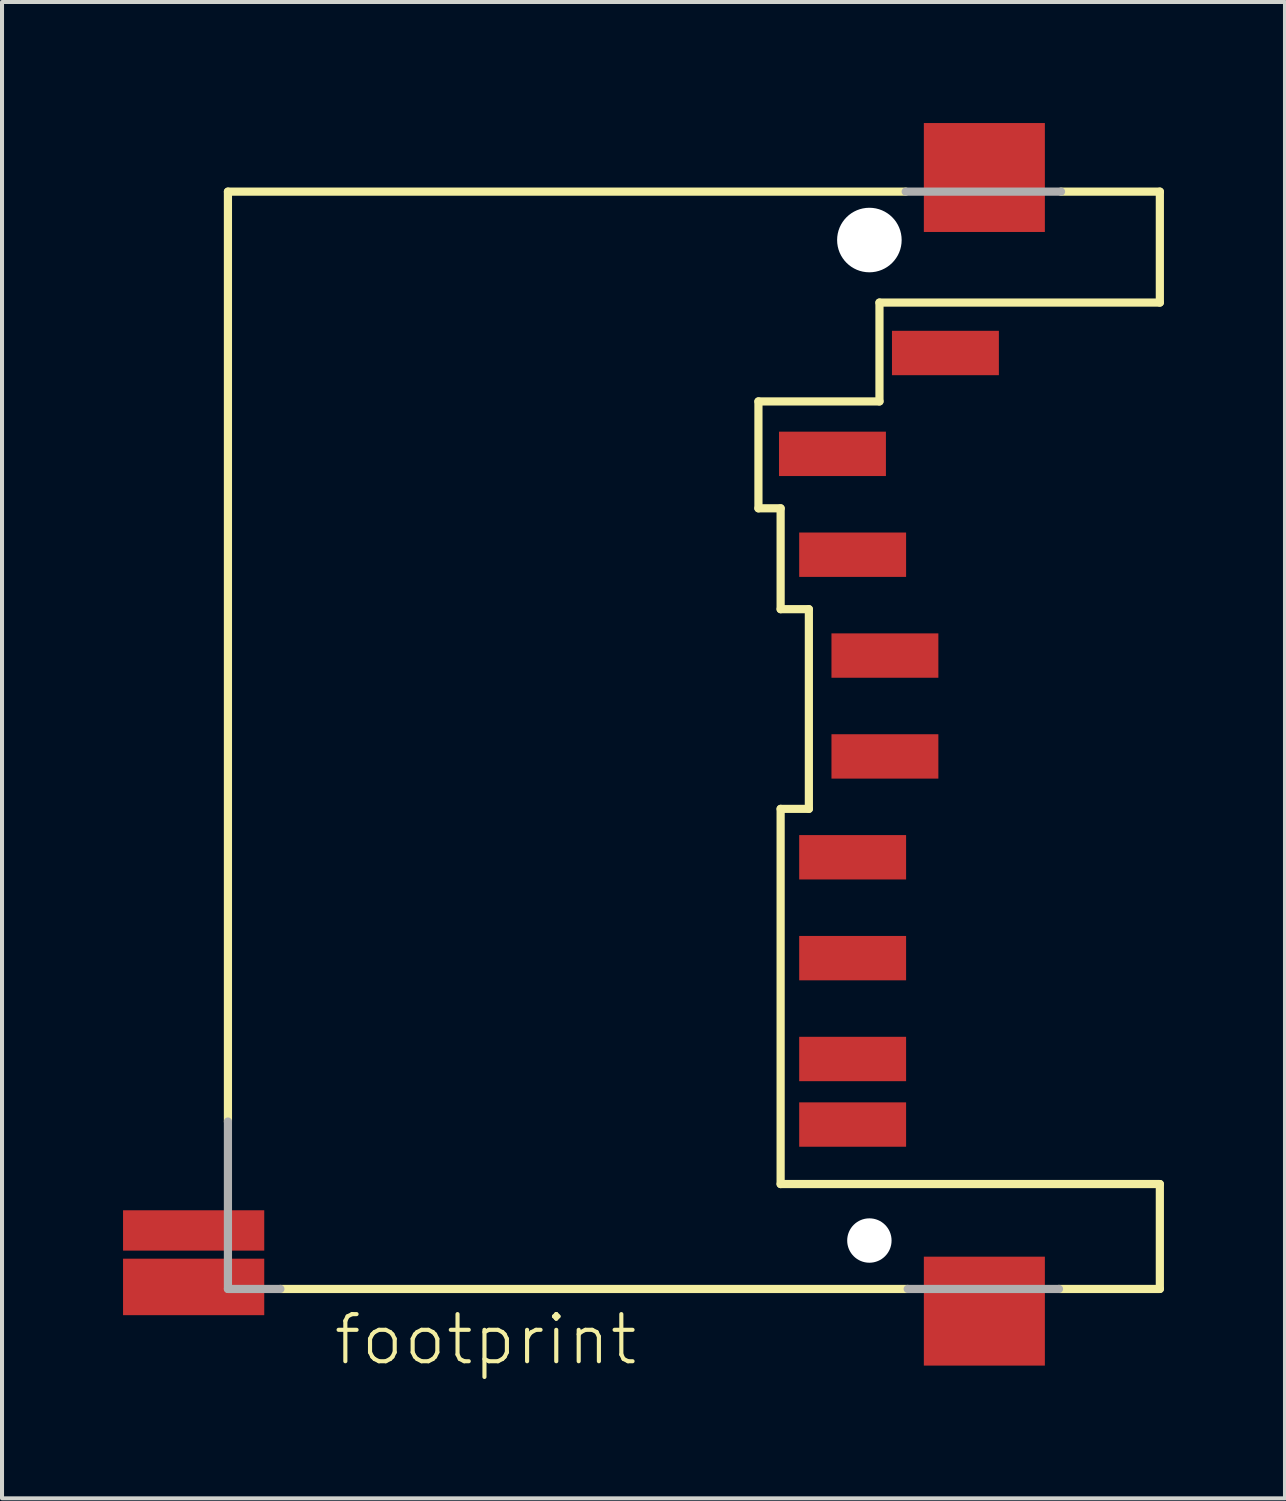
<source format=kicad_pcb>
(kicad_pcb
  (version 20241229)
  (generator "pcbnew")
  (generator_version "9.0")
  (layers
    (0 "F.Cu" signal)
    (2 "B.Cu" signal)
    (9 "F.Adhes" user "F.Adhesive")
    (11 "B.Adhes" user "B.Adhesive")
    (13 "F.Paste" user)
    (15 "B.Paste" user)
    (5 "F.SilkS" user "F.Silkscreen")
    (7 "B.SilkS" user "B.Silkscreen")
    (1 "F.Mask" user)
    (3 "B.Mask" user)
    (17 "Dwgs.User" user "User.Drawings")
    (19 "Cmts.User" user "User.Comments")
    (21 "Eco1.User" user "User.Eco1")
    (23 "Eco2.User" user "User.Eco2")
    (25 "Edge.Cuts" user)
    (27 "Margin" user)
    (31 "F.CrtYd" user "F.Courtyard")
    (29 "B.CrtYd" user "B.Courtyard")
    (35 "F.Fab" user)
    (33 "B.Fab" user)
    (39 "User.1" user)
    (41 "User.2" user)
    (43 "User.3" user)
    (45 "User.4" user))
  (footprint "footprint"
    (layer "F.Cu")
    (at 18.5 2.9)
    (property "Reference" "footprint" (at -13.335 27.94 0) (layer "F.SilkS") (effects (font (size 1.168 1.168) (thickness 0.102)) (justify left bottom)))
    (fp_line (start -15.9 -1.2) (end 0.9 -1.2) (stroke (width 0.203) (type solid)) (layer "F.SilkS"))
    (fp_line (start -15.9 21.85) (end -15.9 -1.2) (stroke (width 0.203) (type solid)) (layer "F.SilkS"))
    (fp_line (start -2.75 4) (end -2.75 6.65) (stroke (width 0.203) (type solid)) (layer "F.SilkS"))
    (fp_line (start -2.75 6.65) (end -2.2 6.65) (stroke (width 0.203) (type solid)) (layer "F.SilkS"))
    (fp_line (start -2.2 6.65) (end -2.2 9.15) (stroke (width 0.203) (type solid)) (layer "F.SilkS"))
    (fp_line (start -2.2 9.15) (end -1.5 9.15) (stroke (width 0.203) (type solid)) (layer "F.SilkS"))
    (fp_line (start -2.2 14.1) (end -2.2 23.4) (stroke (width 0.203) (type solid)) (layer "F.SilkS"))
    (fp_line (start -1.5 9.15) (end -1.5 14.1) (stroke (width 0.203) (type solid)) (layer "F.SilkS"))
    (fp_line (start -1.5 14.1) (end -2.2 14.1) (stroke (width 0.203) (type solid)) (layer "F.SilkS"))
    (fp_line (start 0.25 1.55) (end 0.25 4) (stroke (width 0.203) (type solid)) (layer "F.SilkS"))
    (fp_line (start 0.25 4) (end -2.75 4) (stroke (width 0.203) (type solid)) (layer "F.SilkS"))
    (fp_line (start 0.95 26) (end -14.6 26) (stroke (width 0.203) (type solid)) (layer "F.SilkS"))
    (fp_line (start 4.7 26) (end 7.2 26) (stroke (width 0.203) (type solid)) (layer "F.SilkS"))
    (fp_line (start 4.75 -1.2) (end 7.2 -1.2) (stroke (width 0.203) (type solid)) (layer "F.SilkS"))
    (fp_line (start 7.2 -1.2) (end 7.2 1.55) (stroke (width 0.203) (type solid)) (layer "F.SilkS"))
    (fp_line (start 7.2 1.55) (end 0.25 1.55) (stroke (width 0.203) (type solid)) (layer "F.SilkS"))
    (fp_line (start 7.2 23.4) (end -2.2 23.4) (stroke (width 0.203) (type solid)) (layer "F.SilkS"))
    (fp_line (start 7.2 26) (end 7.2 23.4) (stroke (width 0.203) (type solid)) (layer "F.SilkS"))
    (fp_line (start -15.9 26) (end -15.9 21.85) (stroke (width 0.203) (type solid)) (layer "F.Fab"))
    (fp_line (start -14.6 26) (end -15.9 26) (stroke (width 0.203) (type solid)) (layer "F.Fab"))
    (fp_line (start 0.9 -1.2) (end 4.75 -1.2) (stroke (width 0.203) (type solid)) (layer "F.Fab"))
    (fp_line (start 4.7 26) (end 0.95 26) (stroke (width 0.203) (type solid)) (layer "F.Fab"))
    (pad "" np_thru_hole circle (at 0 0) (size 1.6 1.6) (drill 1.6) (layers "*.Cu" "*.Mask"))
    (pad "" np_thru_hole circle (at 0 24.8) (size 1.1 1.1) (drill 1.1) (layers "*.Cu" "*.Mask"))
    (pad "1" smd rect (at -0.915 5.3) (size 2.65 1.1) (layers "F.Cu" "F.Mask" "F.Paste"))
    (pad "2" smd rect (at -0.415 7.8) (size 2.65 1.1) (layers "F.Cu" "F.Mask" "F.Paste"))
    (pad "3" smd rect (at 0.385 10.3) (size 2.65 1.1) (layers "F.Cu" "F.Mask" "F.Paste"))
    (pad "4" smd rect (at 0.385 12.8) (size 2.65 1.1) (layers "F.Cu" "F.Mask" "F.Paste"))
    (pad "5" smd rect (at -0.415 15.3) (size 2.65 1.1) (layers "F.Cu" "F.Mask" "F.Paste"))
    (pad "6" smd rect (at -0.415 17.8) (size 2.65 1.1) (layers "F.Cu" "F.Mask" "F.Paste"))
    (pad "7" smd rect (at -0.415 20.3) (size 2.65 1.1) (layers "F.Cu" "F.Mask" "F.Paste"))
    (pad "8" smd rect (at -0.415 21.925) (size 2.65 1.1) (layers "F.Cu" "F.Mask" "F.Paste"))
    (pad "9" smd rect (at 1.885 2.8) (size 2.65 1.1) (layers "F.Cu" "F.Mask" "F.Paste"))
    (pad "COM_TERM" smd rect (at -16.75 24.55) (size 3.5 1) (layers "F.Cu" "F.Mask" "F.Paste"))
    (pad "M1" smd rect (at 2.85 -1.55) (size 3 2.7) (layers "F.Cu" "F.Mask" "F.Paste"))
    (pad "M2" smd rect (at 2.85 26.55) (size 3 2.7) (layers "F.Cu" "F.Mask" "F.Paste"))
    (pad "WRITE_PROT" smd rect (at -16.75 25.95) (size 3.5 1.4) (layers "F.Cu" "F.Mask" "F.Paste")))
  (gr_rect
    (start -3 -3)
    (end 28.802 34.09)
    (stroke (width 0.1) (type default))
    (fill no)
    (layer "Edge.Cuts")))
</source>
